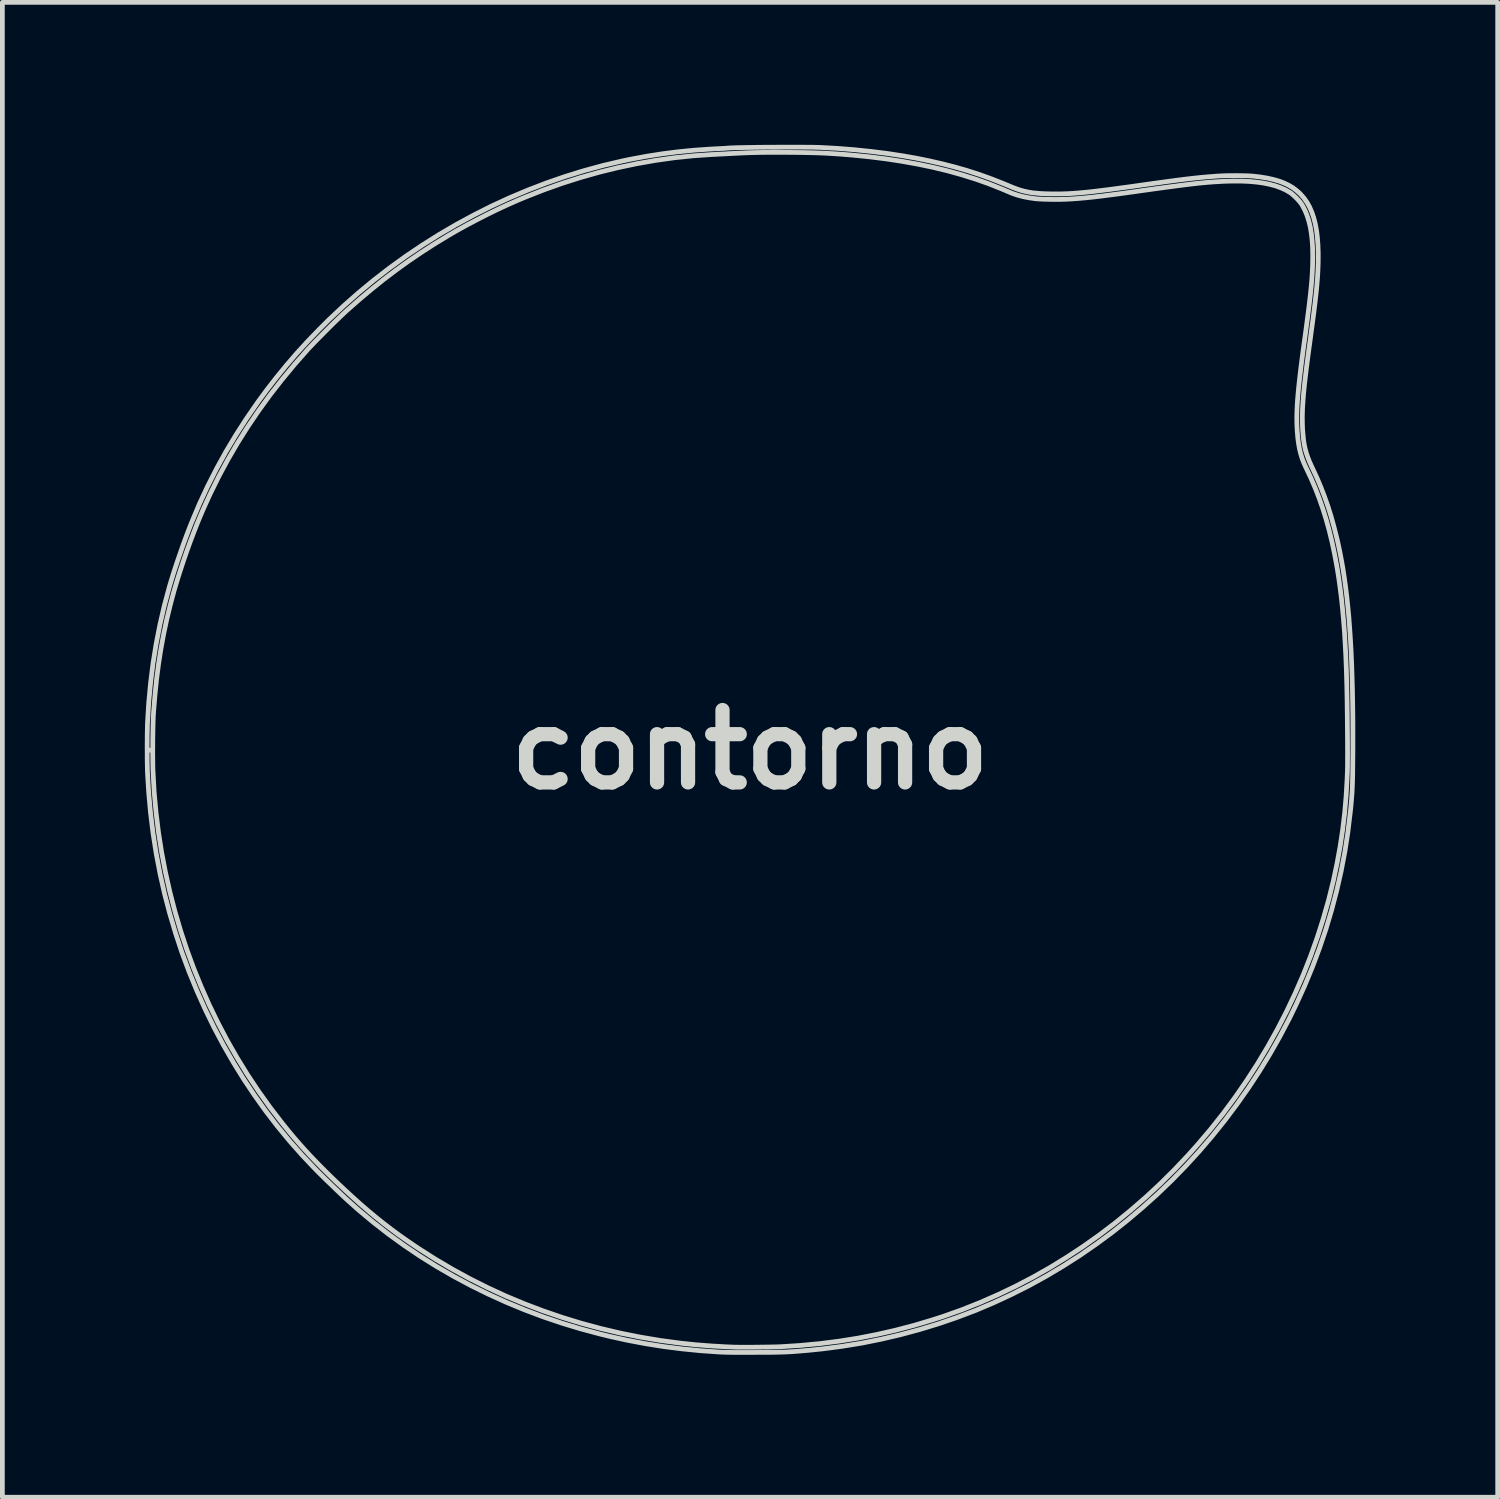
<source format=kicad_pcb>
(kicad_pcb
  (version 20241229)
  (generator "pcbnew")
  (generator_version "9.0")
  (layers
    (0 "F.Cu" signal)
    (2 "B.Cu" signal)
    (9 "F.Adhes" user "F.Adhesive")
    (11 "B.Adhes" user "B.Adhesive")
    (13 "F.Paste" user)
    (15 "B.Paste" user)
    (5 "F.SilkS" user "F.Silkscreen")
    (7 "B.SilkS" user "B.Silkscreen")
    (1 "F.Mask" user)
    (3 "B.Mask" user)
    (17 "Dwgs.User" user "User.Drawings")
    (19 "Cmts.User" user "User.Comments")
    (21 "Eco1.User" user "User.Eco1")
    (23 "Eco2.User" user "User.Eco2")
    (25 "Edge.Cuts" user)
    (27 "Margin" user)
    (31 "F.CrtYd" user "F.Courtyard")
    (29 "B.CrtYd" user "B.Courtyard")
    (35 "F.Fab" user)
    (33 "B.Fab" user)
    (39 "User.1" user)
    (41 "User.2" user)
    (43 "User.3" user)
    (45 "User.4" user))
  (footprint "contorno"
    (layer "F.Cu")
    (at 12.75 12.742)
    (property "Reference" "contorno" (at 0 0 0) (layer "Edge.Cuts") (effects (font (size 1.524 1.524) (thickness 0.3))))
    (attr through_hole)
    (fp_poly (pts (xy 12.699 -0.352) (xy 12.699 -0.02) (xy 12.698 0.083) (xy 12.697 0.213) (xy 12.696 0.33) (xy 12.695 0.436) (xy 12.694 0.531) (xy 12.692 0.618) (xy 12.69 0.698) (xy 12.687 0.773) (xy 12.684 0.844) (xy 12.68 0.912) (xy 12.675 0.979) (xy 12.67 1.047) (xy 12.664 1.118) (xy 12.657 1.191) (xy 12.649 1.27) (xy 12.645 1.306) (xy 12.594 1.728) (xy 12.587 1.779) (xy 12.587 0.07) (xy 12.586 -0.031) (xy 12.586 -0.139) (xy 12.585 -0.252) (xy 12.584 -0.37) (xy 12.583 -0.49) (xy 12.582 -0.611) (xy 12.581 -0.732) (xy 12.579 -0.852) (xy 12.578 -0.969) (xy 12.576 -1.082) (xy 12.574 -1.19) (xy 12.572 -1.291) (xy 12.57 -1.385) (xy 12.569 -1.404) (xy 12.561 -1.694) (xy 12.55 -1.97) (xy 12.536 -2.234) (xy 12.521 -2.486) (xy 12.502 -2.728) (xy 12.481 -2.96) (xy 12.458 -3.183) (xy 12.431 -3.399) (xy 12.402 -3.608) (xy 12.37 -3.811) (xy 12.334 -4.01) (xy 12.312 -4.126) (xy 12.258 -4.379) (xy 12.199 -4.621) (xy 12.135 -4.853) (xy 12.065 -5.077) (xy 11.989 -5.295) (xy 11.906 -5.509) (xy 11.815 -5.721) (xy 11.715 -5.933) (xy 11.711 -5.941) (xy 11.667 -6.037) (xy 11.63 -6.133) (xy 11.599 -6.233) (xy 11.574 -6.337) (xy 11.554 -6.448) (xy 11.538 -6.569) (xy 11.527 -6.701) (xy 11.524 -6.749) (xy 11.52 -6.829) (xy 11.518 -6.911) (xy 11.517 -6.997) (xy 11.519 -7.086) (xy 11.522 -7.18) (xy 11.527 -7.279) (xy 11.534 -7.385) (xy 11.544 -7.499) (xy 11.555 -7.62) (xy 11.569 -7.751) (xy 11.585 -7.892) (xy 11.603 -8.044) (xy 11.624 -8.208) (xy 11.647 -8.384) (xy 11.669 -8.547) (xy 11.693 -8.717) (xy 11.714 -8.874) (xy 11.733 -9.018) (xy 11.75 -9.15) (xy 11.766 -9.272) (xy 11.78 -9.385) (xy 11.792 -9.488) (xy 11.803 -9.584) (xy 11.812 -9.673) (xy 11.821 -9.757) (xy 11.828 -9.835) (xy 11.834 -9.909) (xy 11.839 -9.981) (xy 11.843 -10.05) (xy 11.846 -10.119) (xy 11.849 -10.187) (xy 11.85 -10.214) (xy 11.853 -10.398) (xy 11.85 -10.57) (xy 11.84 -10.73) (xy 11.823 -10.878) (xy 11.8 -11.015) (xy 11.769 -11.141) (xy 11.732 -11.257) (xy 11.688 -11.363) (xy 11.637 -11.46) (xy 11.613 -11.499) (xy 11.588 -11.532) (xy 11.555 -11.571) (xy 11.516 -11.613) (xy 11.475 -11.653) (xy 11.434 -11.69) (xy 11.397 -11.721) (xy 11.375 -11.736) (xy 11.283 -11.79) (xy 11.181 -11.836) (xy 11.07 -11.876) (xy 10.948 -11.909) (xy 10.815 -11.936) (xy 10.671 -11.956) (xy 10.516 -11.97) (xy 10.349 -11.977) (xy 10.171 -11.978) (xy 9.98 -11.973) (xy 9.776 -11.961) (xy 9.708 -11.956) (xy 9.643 -11.951) (xy 9.578 -11.945) (xy 9.512 -11.939) (xy 9.443 -11.932) (xy 9.37 -11.924) (xy 9.293 -11.915) (xy 9.211 -11.905) (xy 9.122 -11.894) (xy 9.026 -11.882) (xy 8.922 -11.868) (xy 8.808 -11.853) (xy 8.684 -11.836) (xy 8.549 -11.818) (xy 8.401 -11.797) (xy 8.24 -11.775) (xy 8.215 -11.771) (xy 8.054 -11.748) (xy 7.906 -11.728) (xy 7.77 -11.709) (xy 7.645 -11.693) (xy 7.53 -11.678) (xy 7.424 -11.664) (xy 7.326 -11.653) (xy 7.235 -11.642) (xy 7.149 -11.633) (xy 7.068 -11.625) (xy 6.991 -11.618) (xy 6.916 -11.611) (xy 6.842 -11.606) (xy 6.769 -11.601) (xy 6.695 -11.597) (xy 6.691 -11.596) (xy 6.628 -11.594) (xy 6.557 -11.592) (xy 6.48 -11.591) (xy 6.4 -11.591) (xy 6.32 -11.592) (xy 6.241 -11.594) (xy 6.167 -11.596) (xy 6.101 -11.6) (xy 6.044 -11.603) (xy 6.007 -11.607) (xy 5.874 -11.626) (xy 5.752 -11.65) (xy 5.639 -11.68) (xy 5.534 -11.715) (xy 5.487 -11.734) (xy 5.45 -11.75) (xy 5.404 -11.769) (xy 5.355 -11.79) (xy 5.306 -11.81) (xy 5.287 -11.818) (xy 5.023 -11.923) (xy 4.748 -12.02) (xy 4.46 -12.11) (xy 4.161 -12.193) (xy 3.851 -12.268) (xy 3.529 -12.335) (xy 3.198 -12.394) (xy 2.856 -12.446) (xy 2.504 -12.49) (xy 2.143 -12.526) (xy 1.959 -12.541) (xy 1.864 -12.548) (xy 1.774 -12.554) (xy 1.688 -12.559) (xy 1.604 -12.564) (xy 1.521 -12.568) (xy 1.436 -12.571) (xy 1.347 -12.574) (xy 1.253 -12.576) (xy 1.151 -12.578) (xy 1.04 -12.58) (xy 0.919 -12.581) (xy 0.816 -12.582) (xy 0.68 -12.583) (xy 0.555 -12.583) (xy 0.441 -12.583) (xy 0.334 -12.582) (xy 0.233 -12.581) (xy 0.135 -12.579) (xy 0.039 -12.577) (xy -0.058 -12.574) (xy -0.159 -12.57) (xy -0.264 -12.565) (xy -0.378 -12.559) (xy -0.461 -12.555) (xy -0.525 -12.551) (xy -0.589 -12.548) (xy -0.649 -12.545) (xy -0.704 -12.542) (xy -0.751 -12.539) (xy -0.787 -12.538) (xy -0.806 -12.537) (xy -1.2 -12.51) (xy -1.595 -12.469) (xy -1.991 -12.413) (xy -2.387 -12.344) (xy -2.782 -12.261) (xy -3.177 -12.164) (xy -3.57 -12.053) (xy -3.96 -11.929) (xy -4.348 -11.791) (xy -4.733 -11.64) (xy -4.909 -11.566) (xy -5.112 -11.476) (xy -5.322 -11.379) (xy -5.536 -11.274) (xy -5.75 -11.165) (xy -5.962 -11.053) (xy -6.167 -10.94) (xy -6.362 -10.827) (xy -6.374 -10.819) (xy -6.657 -10.647) (xy -6.931 -10.47) (xy -7.198 -10.289) (xy -7.459 -10.101) (xy -7.717 -9.905) (xy -7.973 -9.699) (xy -8.23 -9.483) (xy -8.489 -9.255) (xy -8.527 -9.221) (xy -8.564 -9.186) (xy -8.61 -9.143) (xy -8.663 -9.092) (xy -8.722 -9.035) (xy -8.785 -8.973) (xy -8.851 -8.908) (xy -8.918 -8.841) (xy -8.985 -8.773) (xy -9.051 -8.707) (xy -9.114 -8.643) (xy -9.173 -8.583) (xy -9.225 -8.528) (xy -9.271 -8.48) (xy -9.308 -8.441) (xy -9.315 -8.433) (xy -9.596 -8.114) (xy -9.863 -7.791) (xy -10.117 -7.465) (xy -10.357 -7.133) (xy -10.585 -6.796) (xy -10.8 -6.454) (xy -11.003 -6.105) (xy -11.194 -5.75) (xy -11.373 -5.387) (xy -11.508 -5.091) (xy -11.578 -4.928) (xy -11.65 -4.754) (xy -11.721 -4.571) (xy -11.793 -4.381) (xy -11.863 -4.188) (xy -11.93 -3.994) (xy -11.994 -3.801) (xy -12.054 -3.613) (xy -12.109 -3.431) (xy -12.133 -3.349) (xy -12.215 -3.043) (xy -12.289 -2.737) (xy -12.354 -2.43) (xy -12.411 -2.12) (xy -12.46 -1.805) (xy -12.502 -1.482) (xy -12.536 -1.15) (xy -12.564 -0.808) (xy -12.566 -0.773) (xy -12.57 -0.718) (xy -12.572 -0.651) (xy -12.575 -0.573) (xy -12.577 -0.486) (xy -12.579 -0.393) (xy -12.58 -0.295) (xy -12.582 -0.194) (xy -12.582 -0.091) (xy -12.583 0.01) (xy -12.583 0.108) (xy -12.582 0.202) (xy -12.581 0.288) (xy -12.58 0.366) (xy -12.578 0.434) (xy -12.577 0.457) (xy -12.553 0.887) (xy -12.514 1.314) (xy -12.462 1.738) (xy -12.396 2.159) (xy -12.316 2.577) (xy -12.223 2.991) (xy -12.117 3.401) (xy -11.998 3.806) (xy -11.866 4.207) (xy -11.721 4.602) (xy -11.563 4.991) (xy -11.393 5.375) (xy -11.21 5.752) (xy -11.015 6.123) (xy -10.807 6.487) (xy -10.588 6.843) (xy -10.356 7.192) (xy -10.113 7.532) (xy -9.858 7.864) (xy -9.835 7.893) (xy -9.724 8.03) (xy -9.615 8.161) (xy -9.505 8.288) (xy -9.394 8.413) (xy -9.279 8.538) (xy -9.159 8.664) (xy -9.034 8.792) (xy -8.9 8.925) (xy -8.757 9.065) (xy -8.692 9.127) (xy -8.518 9.291) (xy -8.351 9.444) (xy -8.189 9.589) (xy -8.03 9.725) (xy -7.873 9.856) (xy -7.716 9.981) (xy -7.558 10.102) (xy -7.396 10.222) (xy -7.228 10.34) (xy -7.054 10.459) (xy -6.985 10.505) (xy -6.632 10.73) (xy -6.271 10.943) (xy -5.903 11.144) (xy -5.528 11.332) (xy -5.146 11.508) (xy -4.758 11.67) (xy -4.364 11.82) (xy -3.964 11.957) (xy -3.559 12.081) (xy -3.149 12.192) (xy -2.734 12.29) (xy -2.314 12.374) (xy -1.891 12.445) (xy -1.463 12.502) (xy -1.245 12.525) (xy -1.136 12.536) (xy -1.018 12.545) (xy -0.894 12.555) (xy -0.766 12.564) (xy -0.639 12.571) (xy -0.516 12.578) (xy -0.401 12.583) (xy -0.298 12.587) (xy -0.257 12.587) (xy -0.204 12.588) (xy -0.14 12.588) (xy -0.068 12.588) (xy 0.009 12.588) (xy 0.091 12.587) (xy 0.175 12.586) (xy 0.259 12.585) (xy 0.34 12.584) (xy 0.417 12.583) (xy 0.488 12.581) (xy 0.55 12.58) (xy 0.602 12.578) (xy 0.639 12.577) (xy 1.059 12.55) (xy 1.473 12.511) (xy 1.88 12.459) (xy 2.281 12.395) (xy 2.679 12.317) (xy 3.073 12.227) (xy 3.464 12.124) (xy 3.853 12.008) (xy 4.075 11.936) (xy 4.462 11.798) (xy 4.844 11.646) (xy 5.221 11.481) (xy 5.593 11.303) (xy 5.959 11.112) (xy 6.319 10.908) (xy 6.672 10.691) (xy 7.019 10.463) (xy 7.36 10.221) (xy 7.693 9.968) (xy 8.018 9.703) (xy 8.336 9.427) (xy 8.646 9.139) (xy 8.947 8.84) (xy 9.24 8.529) (xy 9.427 8.32) (xy 9.702 7.996) (xy 9.966 7.663) (xy 10.218 7.322) (xy 10.459 6.973) (xy 10.689 6.617) (xy 10.906 6.254) (xy 11.111 5.885) (xy 11.304 5.51) (xy 11.484 5.129) (xy 11.652 4.744) (xy 11.806 4.354) (xy 11.947 3.96) (xy 12.074 3.563) (xy 12.188 3.163) (xy 12.288 2.759) (xy 12.365 2.395) (xy 12.43 2.039) (xy 12.483 1.687) (xy 12.525 1.334) (xy 12.556 0.979) (xy 12.577 0.617) (xy 12.584 0.433) (xy 12.585 0.384) (xy 12.586 0.322) (xy 12.586 0.248) (xy 12.586 0.164) (xy 12.587 0.07) (xy 12.587 1.779) (xy 12.53 2.146) (xy 12.451 2.561) (xy 12.357 2.972) (xy 12.25 3.38) (xy 12.129 3.785) (xy 11.993 4.186) (xy 11.844 4.584) (xy 11.68 4.979) (xy 11.502 5.371) (xy 11.361 5.661) (xy 11.162 6.039) (xy 10.952 6.41) (xy 10.73 6.773) (xy 10.497 7.128) (xy 10.253 7.474) (xy 9.999 7.812) (xy 9.735 8.141) (xy 9.461 8.461) (xy 9.177 8.771) (xy 8.884 9.072) (xy 8.582 9.362) (xy 8.271 9.642) (xy 7.953 9.911) (xy 7.626 10.17) (xy 7.291 10.417) (xy 6.949 10.653) (xy 6.6 10.876) (xy 6.244 11.088) (xy 5.881 11.288) (xy 5.512 11.474) (xy 5.138 11.648) (xy 4.758 11.809) (xy 4.743 11.815) (xy 4.357 11.961) (xy 3.965 12.095) (xy 3.568 12.216) (xy 3.166 12.324) (xy 2.76 12.419) (xy 2.351 12.501) (xy 1.941 12.568) (xy 1.529 12.622) (xy 1.226 12.653) (xy 1.143 12.66) (xy 1.068 12.666) (xy 0.999 12.672) (xy 0.937 12.677) (xy 0.877 12.681) (xy 0.82 12.684) (xy 0.763 12.687) (xy 0.706 12.689) (xy 0.645 12.691) (xy 0.579 12.693) (xy 0.508 12.694) (xy 0.429 12.695) (xy 0.34 12.695) (xy 0.241 12.696) (xy 0.128 12.696) (xy 0.112 12.697) (xy -0.012 12.697) (xy -0.123 12.697) (xy -0.222 12.697) (xy -0.309 12.697) (xy -0.386 12.696) (xy -0.454 12.695) (xy -0.513 12.694) (xy -0.566 12.692) (xy -0.612 12.69) (xy -0.639 12.689) (xy -1.041 12.661) (xy -1.434 12.622) (xy -1.822 12.573) (xy -2.206 12.512) (xy -2.588 12.44) (xy -2.97 12.356) (xy -3.15 12.312) (xy -3.558 12.203) (xy -3.961 12.081) (xy -4.359 11.947) (xy -4.75 11.8) (xy -5.135 11.641) (xy -5.514 11.469) (xy -5.886 11.286) (xy -6.25 11.091) (xy -6.606 10.885) (xy -6.954 10.668) (xy -7.293 10.439) (xy -7.623 10.2) (xy -7.944 9.95) (xy -8.256 9.689) (xy -8.476 9.493) (xy -8.528 9.445) (xy -8.588 9.389) (xy -8.654 9.326) (xy -8.725 9.259) (xy -8.797 9.189) (xy -8.87 9.119) (xy -8.942 9.05) (xy -9.009 8.983) (xy -9.071 8.922) (xy -9.126 8.867) (xy -9.155 8.838) (xy -9.431 8.547) (xy -9.699 8.244) (xy -9.957 7.931) (xy -10.205 7.608) (xy -10.443 7.275) (xy -10.671 6.933) (xy -10.888 6.582) (xy -11.094 6.223) (xy -11.289 5.856) (xy -11.472 5.482) (xy -11.643 5.101) (xy -11.649 5.087) (xy -11.814 4.685) (xy -11.965 4.279) (xy -12.101 3.868) (xy -12.224 3.453) (xy -12.334 3.034) (xy -12.429 2.611) (xy -12.51 2.185) (xy -12.577 1.755) (xy -12.63 1.322) (xy -12.669 0.886) (xy -12.693 0.486) (xy -12.695 0.43) (xy -12.696 0.361) (xy -12.698 0.283) (xy -12.699 0.197) (xy -12.699 0.106) (xy -12.7 0.011) (xy -12.7 -0.084) (xy -12.699 -0.179) (xy -12.699 -0.27) (xy -12.698 -0.356) (xy -12.696 -0.434) (xy -12.695 -0.502) (xy -12.693 -0.558) (xy -12.693 -0.562) (xy -12.667 -0.988) (xy -12.628 -1.408) (xy -12.576 -1.822) (xy -12.51 -2.231) (xy -12.431 -2.635) (xy -12.339 -3.033) (xy -12.234 -3.424) (xy -12.191 -3.569) (xy -12.153 -3.692) (xy -12.11 -3.826) (xy -12.063 -3.967) (xy -12.013 -4.112) (xy -11.962 -4.259) (xy -11.91 -4.403) (xy -11.858 -4.543) (xy -11.808 -4.674) (xy -11.763 -4.787) (xy -11.603 -5.168) (xy -11.429 -5.543) (xy -11.242 -5.912) (xy -11.042 -6.275) (xy -10.828 -6.633) (xy -10.601 -6.985) (xy -10.361 -7.332) (xy -10.18 -7.578) (xy -9.976 -7.841) (xy -9.766 -8.098) (xy -9.549 -8.35) (xy -9.322 -8.598) (xy -9.083 -8.846) (xy -8.879 -9.05) (xy -8.571 -9.34) (xy -8.255 -9.619) (xy -7.93 -9.888) (xy -7.596 -10.146) (xy -7.254 -10.393) (xy -6.905 -10.628) (xy -6.549 -10.852) (xy -6.186 -11.064) (xy -5.817 -11.264) (xy -5.443 -11.452) (xy -5.063 -11.627) (xy -4.678 -11.789) (xy -4.29 -11.938) (xy -3.897 -12.074) (xy -3.501 -12.196) (xy -3.102 -12.305) (xy -2.701 -12.399) (xy -2.515 -12.438) (xy -2.182 -12.5) (xy -1.852 -12.552) (xy -1.521 -12.594) (xy -1.187 -12.627) (xy -0.844 -12.651) (xy -0.737 -12.657) (xy -0.678 -12.66) (xy -0.611 -12.663) (xy -0.54 -12.667) (xy -0.47 -12.672) (xy -0.408 -12.676) (xy -0.403 -12.676) (xy -0.363 -12.678) (xy -0.311 -12.68) (xy -0.246 -12.682) (xy -0.171 -12.683) (xy -0.087 -12.685) (xy 0.006 -12.686) (xy 0.105 -12.688) (xy 0.209 -12.689) (xy 0.317 -12.69) (xy 0.429 -12.691) (xy 0.541 -12.691) (xy 0.653 -12.692) (xy 0.765 -12.692) (xy 0.873 -12.692) (xy 0.978 -12.692) (xy 1.078 -12.692) (xy 1.171 -12.691) (xy 1.257 -12.691) (xy 1.333 -12.69) (xy 1.399 -12.688) (xy 1.453 -12.687) (xy 1.48 -12.686) (xy 1.84 -12.666) (xy 2.197 -12.638) (xy 2.547 -12.602) (xy 2.891 -12.559) (xy 3.225 -12.508) (xy 3.498 -12.46) (xy 3.784 -12.402) (xy 4.059 -12.339) (xy 4.323 -12.271) (xy 4.58 -12.197) (xy 4.831 -12.116) (xy 5.079 -12.027) (xy 5.325 -11.93) (xy 5.453 -11.877) (xy 5.542 -11.84) (xy 5.625 -11.809) (xy 5.705 -11.783) (xy 5.785 -11.762) (xy 5.865 -11.745) (xy 5.949 -11.731) (xy 6.039 -11.722) (xy 6.138 -11.714) (xy 6.247 -11.71) (xy 6.322 -11.708) (xy 6.398 -11.707) (xy 6.474 -11.707) (xy 6.55 -11.708) (xy 6.627 -11.71) (xy 6.707 -11.713) (xy 6.79 -11.718) (xy 6.877 -11.724) (xy 6.969 -11.732) (xy 7.067 -11.741) (xy 7.173 -11.752) (xy 7.285 -11.765) (xy 7.407 -11.78) (xy 7.539 -11.796) (xy 7.681 -11.815) (xy 7.834 -11.836) (xy 8 -11.858) (xy 8.176 -11.883) (xy 8.339 -11.906) (xy 8.489 -11.927) (xy 8.628 -11.946) (xy 8.755 -11.964) (xy 8.871 -11.979) (xy 8.979 -11.994) (xy 9.079 -12.006) (xy 9.172 -12.018) (xy 9.259 -12.028) (xy 9.342 -12.038) (xy 9.421 -12.046) (xy 9.497 -12.054) (xy 9.572 -12.061) (xy 9.646 -12.067) (xy 9.721 -12.073) (xy 9.798 -12.079) (xy 9.866 -12.084) (xy 9.924 -12.087) (xy 9.993 -12.09) (xy 10.068 -12.092) (xy 10.149 -12.092) (xy 10.231 -12.093) (xy 10.314 -12.092) (xy 10.393 -12.091) (xy 10.466 -12.089) (xy 10.532 -12.086) (xy 10.587 -12.082) (xy 10.61 -12.08) (xy 10.762 -12.062) (xy 10.9 -12.039) (xy 11.027 -12.01) (xy 11.143 -11.977) (xy 11.248 -11.937) (xy 11.344 -11.891) (xy 11.432 -11.839) (xy 11.512 -11.779) (xy 11.586 -11.713) (xy 11.599 -11.699) (xy 11.669 -11.619) (xy 11.731 -11.53) (xy 11.786 -11.432) (xy 11.833 -11.324) (xy 11.873 -11.207) (xy 11.906 -11.078) (xy 11.932 -10.94) (xy 11.951 -10.789) (xy 11.963 -10.628) (xy 11.969 -10.454) (xy 11.968 -10.267) (xy 11.966 -10.211) (xy 11.964 -10.143) (xy 11.961 -10.076) (xy 11.957 -10.009) (xy 11.953 -9.939) (xy 11.947 -9.868) (xy 11.941 -9.793) (xy 11.934 -9.713) (xy 11.925 -9.629) (xy 11.915 -9.538) (xy 11.904 -9.44) (xy 11.891 -9.335) (xy 11.877 -9.22) (xy 11.861 -9.095) (xy 11.843 -8.96) (xy 11.823 -8.813) (xy 11.802 -8.653) (xy 11.782 -8.509) (xy 11.757 -8.326) (xy 11.735 -8.157) (xy 11.715 -8) (xy 11.698 -7.855) (xy 11.682 -7.721) (xy 11.669 -7.596) (xy 11.658 -7.48) (xy 11.65 -7.372) (xy 11.643 -7.271) (xy 11.638 -7.176) (xy 11.635 -7.086) (xy 11.633 -7.001) (xy 11.634 -6.919) (xy 11.636 -6.839) (xy 11.639 -6.761) (xy 11.64 -6.742) (xy 11.649 -6.625) (xy 11.66 -6.52) (xy 11.675 -6.424) (xy 11.694 -6.333) (xy 11.719 -6.245) (xy 11.749 -6.157) (xy 11.785 -6.065) (xy 11.829 -5.968) (xy 11.846 -5.932) (xy 11.94 -5.729) (xy 12.026 -5.526) (xy 12.105 -5.32) (xy 12.178 -5.111) (xy 12.245 -4.895) (xy 12.307 -4.669) (xy 12.366 -4.433) (xy 12.387 -4.34) (xy 12.424 -4.167) (xy 12.458 -3.989) (xy 12.49 -3.806) (xy 12.519 -3.616) (xy 12.546 -3.42) (xy 12.571 -3.217) (xy 12.593 -3.006) (xy 12.614 -2.787) (xy 12.631 -2.559) (xy 12.647 -2.321) (xy 12.661 -2.074) (xy 12.672 -1.816) (xy 12.681 -1.547) (xy 12.689 -1.267) (xy 12.694 -0.975) (xy 12.698 -0.67) (xy 12.699 -0.352)) (stroke (width 0.1) (type solid)) (fill no) (layer "Edge.Cuts")))
  (gr_rect
    (start -3 -3)
    (end 28.499 28.489)
    (stroke (width 0.1) (type default))
    (fill no)
    (layer "Edge.Cuts")))
</source>
